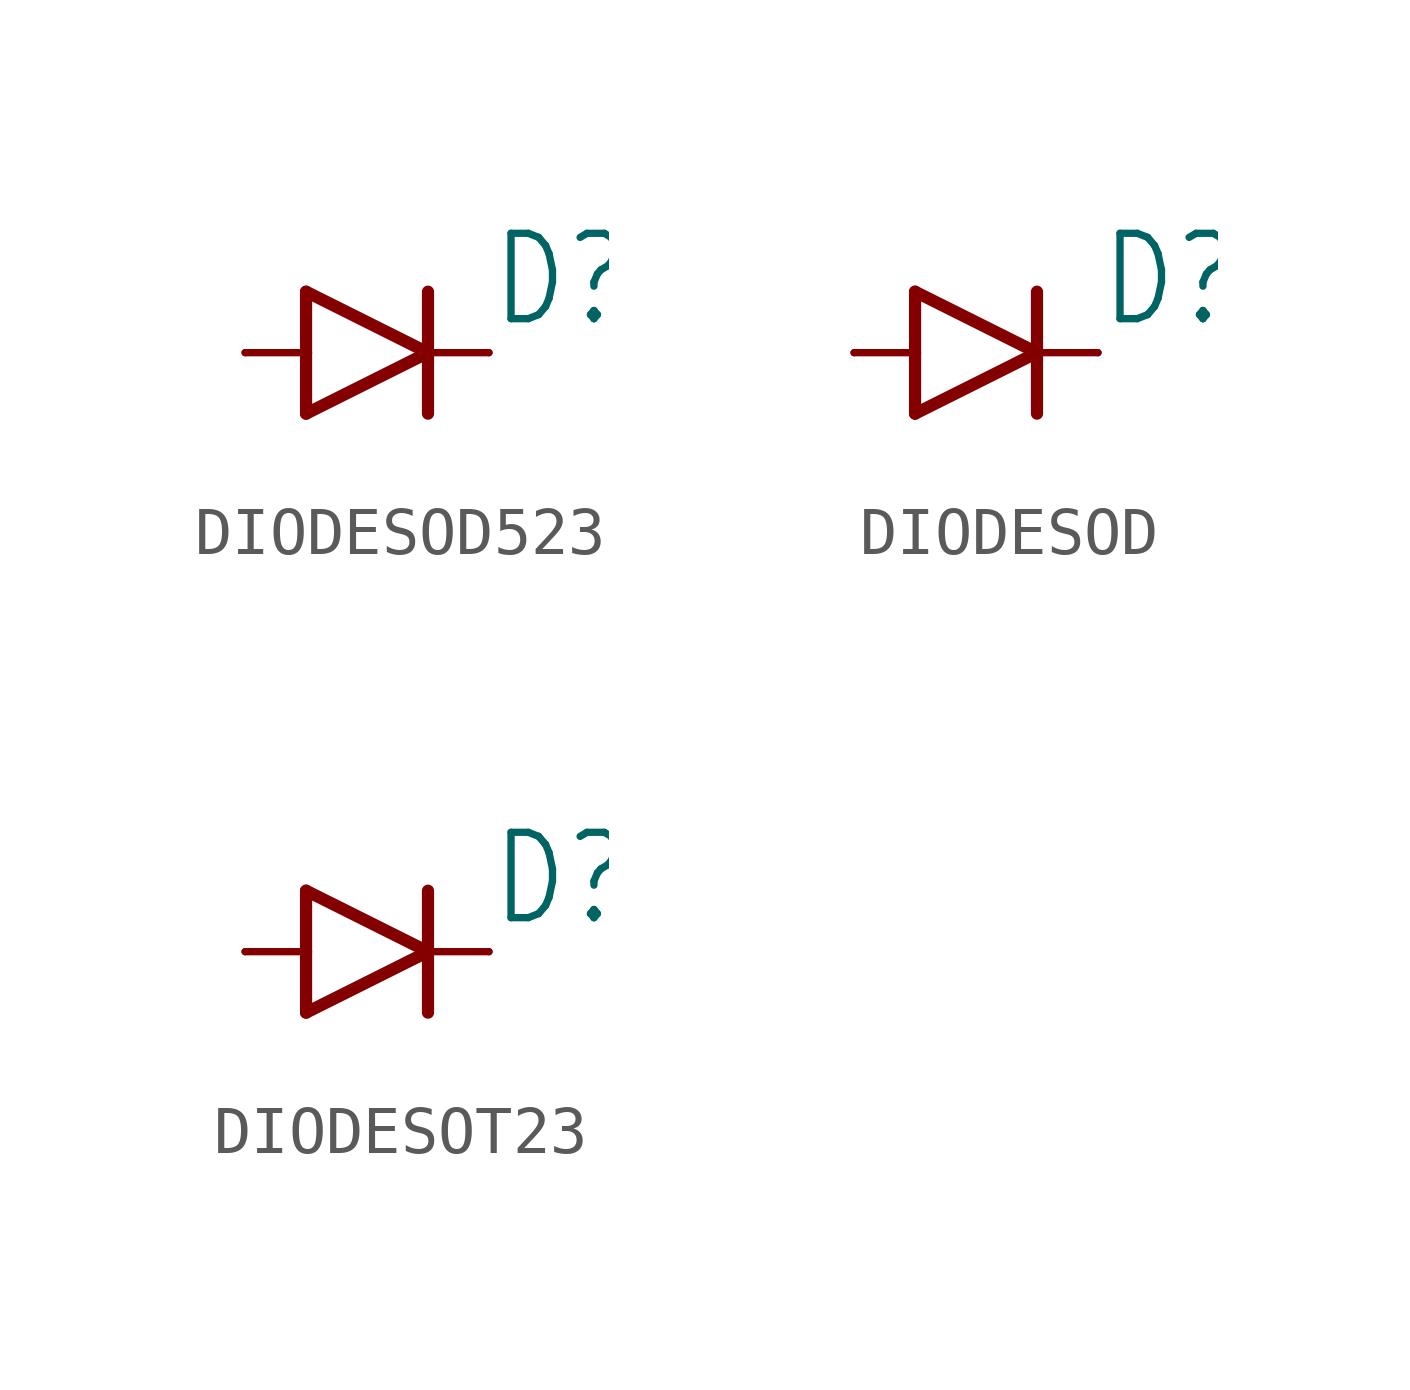
<source format=kicad_sym>
(kicad_symbol_lib
  (version 20231120)
  (generator "kicad_symbol_editor")
  (generator_version "8.0")
  (symbol "DIODESOD523"
    (property "Reference" "D"
      (at 2.54 0.483 0)
      (effects (font (size 1.778 1.511)) (justify left bottom)))
    (property "Value" ""
      (at 2.54 -2.311 0)
      (effects (font (size 1.778 1.511)) (justify left bottom)))
    (property "ki_locked" ""
      (at 0 0 0)
      (effects (font (size 1.27 1.27))))
    (symbol "DIODESOD523_1_0"
      (polyline (pts (xy -2.54 0) (xy -1.27 0)) (stroke (width 0.152) (type solid)) (fill (type none)))
      (polyline (pts (xy -1.27 -1.27) (xy 1.27 0)) (stroke (width 0.254) (type solid)) (fill (type none)))
      (polyline (pts (xy -1.27 0) (xy -1.27 -1.27)) (stroke (width 0.254) (type solid)) (fill (type none)))
      (polyline (pts (xy -1.27 1.27) (xy -1.27 0)) (stroke (width 0.254) (type solid)) (fill (type none)))
      (polyline (pts (xy 1.27 0) (xy -1.27 1.27)) (stroke (width 0.254) (type solid)) (fill (type none)))
      (polyline (pts (xy 1.27 0) (xy 1.27 -1.27)) (stroke (width 0.254) (type solid)) (fill (type none)))
      (polyline (pts (xy 1.27 1.27) (xy 1.27 0)) (stroke (width 0.254) (type solid)) (fill (type none)))
      (polyline (pts (xy 2.54 0) (xy 1.27 0)) (stroke (width 0.152) (type solid)) (fill (type none)))
      (pin passive line (at -2.54 0 0) (length 0) (name "A" (effects (font (size 0 0)))) (number "A" (effects (font (size 0 0)))))
      (pin passive line (at 2.54 0 180) (length 0) (name "C" (effects (font (size 0 0)))) (number "C" (effects (font (size 0 0)))))))
  (symbol "DIODESOD"
    (property "Reference" "D"
      (at 2.54 0.483 0)
      (effects (font (size 1.778 1.511)) (justify left bottom)))
    (property "Value" ""
      (at 2.54 -2.311 0)
      (effects (font (size 1.778 1.511)) (justify left bottom)))
    (property "ki_locked" ""
      (at 0 0 0)
      (effects (font (size 1.27 1.27))))
    (symbol "DIODESOD_1_0"
      (polyline (pts (xy -2.54 0) (xy -1.27 0)) (stroke (width 0.152) (type solid)) (fill (type none)))
      (polyline (pts (xy -1.27 -1.27) (xy 1.27 0)) (stroke (width 0.254) (type solid)) (fill (type none)))
      (polyline (pts (xy -1.27 0) (xy -1.27 -1.27)) (stroke (width 0.254) (type solid)) (fill (type none)))
      (polyline (pts (xy -1.27 1.27) (xy -1.27 0)) (stroke (width 0.254) (type solid)) (fill (type none)))
      (polyline (pts (xy 1.27 0) (xy -1.27 1.27)) (stroke (width 0.254) (type solid)) (fill (type none)))
      (polyline (pts (xy 1.27 0) (xy 1.27 -1.27)) (stroke (width 0.254) (type solid)) (fill (type none)))
      (polyline (pts (xy 1.27 1.27) (xy 1.27 0)) (stroke (width 0.254) (type solid)) (fill (type none)))
      (polyline (pts (xy 2.54 0) (xy 1.27 0)) (stroke (width 0.152) (type solid)) (fill (type none)))
      (pin passive line (at -2.54 0 0) (length 0) (name "A" (effects (font (size 0 0)))) (number "A" (effects (font (size 0 0)))))
      (pin passive line (at 2.54 0 180) (length 0) (name "C" (effects (font (size 0 0)))) (number "C" (effects (font (size 0 0)))))))
  (symbol "DIODESOT23"
    (property "Reference" "D"
      (at 2.54 0.483 0)
      (effects (font (size 1.778 1.511)) (justify left bottom)))
    (property "Value" ""
      (at 2.54 -2.311 0)
      (effects (font (size 1.778 1.511)) (justify left bottom)))
    (property "ki_locked" ""
      (at 0 0 0)
      (effects (font (size 1.27 1.27))))
    (symbol "DIODESOT23_1_0"
      (polyline (pts (xy -2.54 0) (xy -1.27 0)) (stroke (width 0.152) (type solid)) (fill (type none)))
      (polyline (pts (xy -1.27 -1.27) (xy 1.27 0)) (stroke (width 0.254) (type solid)) (fill (type none)))
      (polyline (pts (xy -1.27 0) (xy -1.27 -1.27)) (stroke (width 0.254) (type solid)) (fill (type none)))
      (polyline (pts (xy -1.27 1.27) (xy -1.27 0)) (stroke (width 0.254) (type solid)) (fill (type none)))
      (polyline (pts (xy 1.27 0) (xy -1.27 1.27)) (stroke (width 0.254) (type solid)) (fill (type none)))
      (polyline (pts (xy 1.27 0) (xy 1.27 -1.27)) (stroke (width 0.254) (type solid)) (fill (type none)))
      (polyline (pts (xy 1.27 1.27) (xy 1.27 0)) (stroke (width 0.254) (type solid)) (fill (type none)))
      (polyline (pts (xy 2.54 0) (xy 1.27 0)) (stroke (width 0.152) (type solid)) (fill (type none)))
      (pin passive line (at -2.54 0 0) (length 0) (name "A" (effects (font (size 0 0)))) (number "1" (effects (font (size 0 0)))))
      (pin passive line (at 2.54 0 180) (length 0) (name "C" (effects (font (size 0 0)))) (number "3" (effects (font (size 0 0))))))))
</source>
